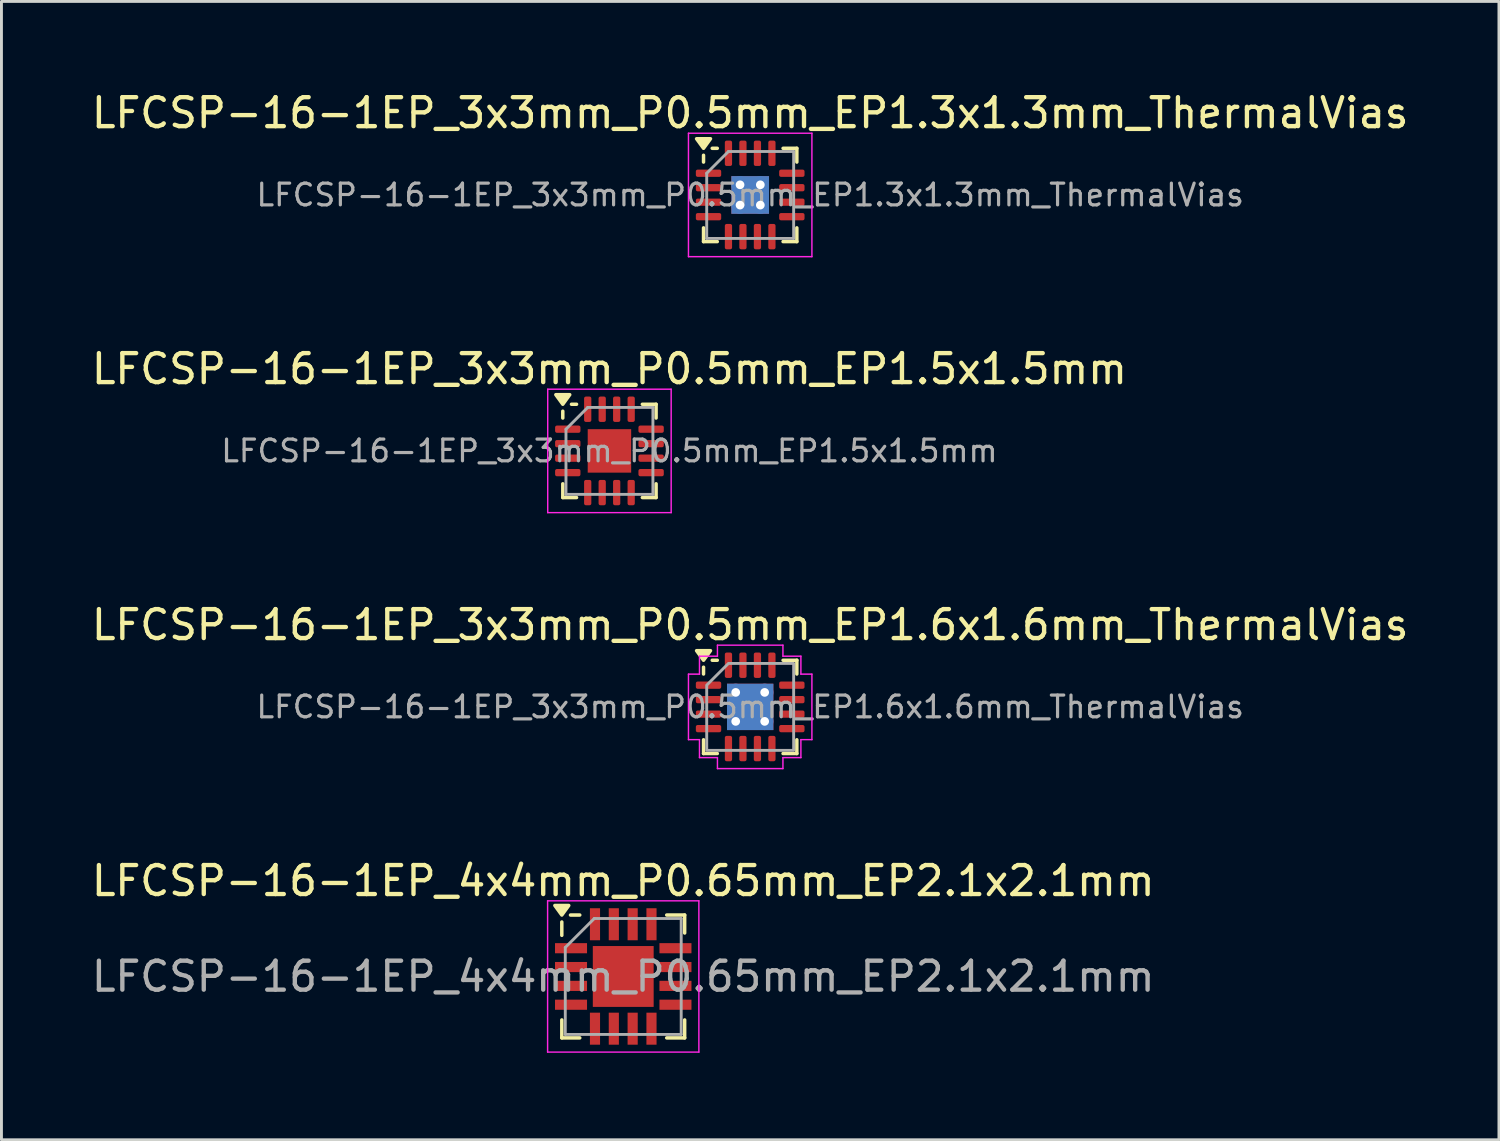
<source format=kicad_pcb>
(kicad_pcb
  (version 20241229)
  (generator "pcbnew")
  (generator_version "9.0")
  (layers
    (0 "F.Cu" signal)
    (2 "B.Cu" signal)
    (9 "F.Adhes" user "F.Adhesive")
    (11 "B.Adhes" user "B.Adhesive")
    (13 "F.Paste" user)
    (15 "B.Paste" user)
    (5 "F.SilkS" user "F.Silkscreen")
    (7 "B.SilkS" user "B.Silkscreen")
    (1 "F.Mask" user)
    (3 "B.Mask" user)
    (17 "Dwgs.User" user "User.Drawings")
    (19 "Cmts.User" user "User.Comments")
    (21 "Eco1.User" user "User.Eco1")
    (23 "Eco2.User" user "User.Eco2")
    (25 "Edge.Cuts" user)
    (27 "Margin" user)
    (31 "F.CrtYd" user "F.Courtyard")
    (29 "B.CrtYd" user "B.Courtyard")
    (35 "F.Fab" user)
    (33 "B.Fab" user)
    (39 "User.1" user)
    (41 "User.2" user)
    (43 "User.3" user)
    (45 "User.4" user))
  (footprint "LFCSP-16-1EP_3x3mm_P0.5mm_EP1.3x1.3mm_ThermalVias"
    (layer "F.Cu")
    (at 22.839 3.678)
    (property "Reference" "LFCSP-16-1EP_3x3mm_P0.5mm_EP1.3x1.3mm_ThermalVias" (at 0 -2.83 0) (layer "F.SilkS") (effects (font (size 1 1) (thickness 0.15))))
    (attr smd)
    (fp_line (start -1.61 -1.135) (end -1.61 -1.37) (stroke (width 0.12) (type solid)) (layer "F.SilkS"))
    (fp_line (start -1.61 1.61) (end -1.61 1.135) (stroke (width 0.12) (type solid)) (layer "F.SilkS"))
    (fp_line (start -1.135 -1.61) (end -1.31 -1.61) (stroke (width 0.12) (type solid)) (layer "F.SilkS"))
    (fp_line (start -1.135 1.61) (end -1.61 1.61) (stroke (width 0.12) (type solid)) (layer "F.SilkS"))
    (fp_line (start 1.135 -1.61) (end 1.61 -1.61) (stroke (width 0.12) (type solid)) (layer "F.SilkS"))
    (fp_line (start 1.135 1.61) (end 1.61 1.61) (stroke (width 0.12) (type solid)) (layer "F.SilkS"))
    (fp_line (start 1.61 -1.61) (end 1.61 -1.135) (stroke (width 0.12) (type solid)) (layer "F.SilkS"))
    (fp_line (start 1.61 1.61) (end 1.61 1.135) (stroke (width 0.12) (type solid)) (layer "F.SilkS"))
    (fp_poly (pts (xy -1.61 -1.61) (xy -1.85 -1.94) (xy -1.37 -1.94) (xy -1.61 -1.61)) (stroke (width 0.12) (type solid)) (fill yes) (layer "F.SilkS"))
    (fp_line (start -2.13 -2.13) (end -2.13 2.13) (stroke (width 0.05) (type solid)) (layer "F.CrtYd"))
    (fp_line (start -2.13 2.13) (end 2.13 2.13) (stroke (width 0.05) (type solid)) (layer "F.CrtYd"))
    (fp_line (start 2.13 -2.13) (end -2.13 -2.13) (stroke (width 0.05) (type solid)) (layer "F.CrtYd"))
    (fp_line (start 2.13 2.13) (end 2.13 -2.13) (stroke (width 0.05) (type solid)) (layer "F.CrtYd"))
    (fp_line (start -1.5 -0.75) (end -0.75 -1.5) (stroke (width 0.1) (type solid)) (layer "F.Fab"))
    (fp_line (start -1.5 1.5) (end -1.5 -0.75) (stroke (width 0.1) (type solid)) (layer "F.Fab"))
    (fp_line (start -0.75 -1.5) (end 1.5 -1.5) (stroke (width 0.1) (type solid)) (layer "F.Fab"))
    (fp_line (start 1.5 -1.5) (end 1.5 1.5) (stroke (width 0.1) (type solid)) (layer "F.Fab"))
    (fp_line (start 1.5 1.5) (end -1.5 1.5) (stroke (width 0.1) (type solid)) (layer "F.Fab"))
    (fp_text user "${REFERENCE}" (at 0 0 0) (layer "F.Fab") (effects (font (size 0.75 0.75) (thickness 0.11))))
    (pad "" smd roundrect (at -0.325 -0.325) (size 0.52 0.52) (layers "F.Paste") (roundrect_rratio 0.25))
    (pad "" smd roundrect (at -0.325 0.325) (size 0.52 0.52) (layers "F.Paste") (roundrect_rratio 0.25))
    (pad "" smd roundrect (at 0.325 -0.325) (size 0.52 0.52) (layers "F.Paste") (roundrect_rratio 0.25))
    (pad "" smd roundrect (at 0.325 0.325) (size 0.52 0.52) (layers "F.Paste") (roundrect_rratio 0.25))
    (pad "1" smd roundrect (at -1.438 -0.75) (size 0.875 0.25) (layers "F.Cu" "F.Mask" "F.Paste") (roundrect_rratio 0.25))
    (pad "2" smd roundrect (at -1.438 -0.25) (size 0.875 0.25) (layers "F.Cu" "F.Mask" "F.Paste") (roundrect_rratio 0.25))
    (pad "3" smd roundrect (at -1.438 0.25) (size 0.875 0.25) (layers "F.Cu" "F.Mask" "F.Paste") (roundrect_rratio 0.25))
    (pad "4" smd roundrect (at -1.438 0.75) (size 0.875 0.25) (layers "F.Cu" "F.Mask" "F.Paste") (roundrect_rratio 0.25))
    (pad "5" smd roundrect (at -0.75 1.438) (size 0.25 0.875) (layers "F.Cu" "F.Mask" "F.Paste") (roundrect_rratio 0.25))
    (pad "6" smd roundrect (at -0.25 1.438) (size 0.25 0.875) (layers "F.Cu" "F.Mask" "F.Paste") (roundrect_rratio 0.25))
    (pad "7" smd roundrect (at 0.25 1.438) (size 0.25 0.875) (layers "F.Cu" "F.Mask" "F.Paste") (roundrect_rratio 0.25))
    (pad "8" smd roundrect (at 0.75 1.438) (size 0.25 0.875) (layers "F.Cu" "F.Mask" "F.Paste") (roundrect_rratio 0.25))
    (pad "9" smd roundrect (at 1.438 0.75) (size 0.875 0.25) (layers "F.Cu" "F.Mask" "F.Paste") (roundrect_rratio 0.25))
    (pad "10" smd roundrect (at 1.438 0.25) (size 0.875 0.25) (layers "F.Cu" "F.Mask" "F.Paste") (roundrect_rratio 0.25))
    (pad "11" smd roundrect (at 1.438 -0.25) (size 0.875 0.25) (layers "F.Cu" "F.Mask" "F.Paste") (roundrect_rratio 0.25))
    (pad "12" smd roundrect (at 1.438 -0.75) (size 0.875 0.25) (layers "F.Cu" "F.Mask" "F.Paste") (roundrect_rratio 0.25))
    (pad "13" smd roundrect (at 0.75 -1.438) (size 0.25 0.875) (layers "F.Cu" "F.Mask" "F.Paste") (roundrect_rratio 0.25))
    (pad "14" smd roundrect (at 0.25 -1.438) (size 0.25 0.875) (layers "F.Cu" "F.Mask" "F.Paste") (roundrect_rratio 0.25))
    (pad "15" smd roundrect (at -0.25 -1.438) (size 0.25 0.875) (layers "F.Cu" "F.Mask" "F.Paste") (roundrect_rratio 0.25))
    (pad "16" smd roundrect (at -0.75 -1.438) (size 0.25 0.875) (layers "F.Cu" "F.Mask" "F.Paste") (roundrect_rratio 0.25))
    (pad "17" thru_hole circle (at -0.35 -0.35) (size 0.6 0.6) (drill 0.3) (property pad_prop_heatsink) (layers "*.Cu"))
    (pad "17" thru_hole circle (at -0.35 0.35) (size 0.6 0.6) (drill 0.3) (property pad_prop_heatsink) (layers "*.Cu"))
    (pad "17" smd rect (at 0 0) (size 1.3 1.3) (property pad_prop_heatsink) (layers "F.Cu" "F.Mask"))
    (pad "17" smd rect (at 0 0) (size 1.3 1.3) (property pad_prop_heatsink) (layers "B.Cu"))
    (pad "17" thru_hole circle (at 0.35 -0.35) (size 0.6 0.6) (drill 0.3) (property pad_prop_heatsink) (layers "*.Cu"))
    (pad "17" thru_hole circle (at 0.35 0.35) (size 0.6 0.6) (drill 0.3) (property pad_prop_heatsink) (layers "*.Cu")))
  (footprint "LFCSP-16-1EP_3x3mm_P0.5mm_EP1.5x1.5mm"
    (layer "F.Cu")
    (at 17.982 12.511)
    (property "Reference" "LFCSP-16-1EP_3x3mm_P0.5mm_EP1.5x1.5mm" (at 0 -2.83 0) (layer "F.SilkS") (effects (font (size 1 1) (thickness 0.15))))
    (attr smd)
    (fp_line (start -1.61 -1.135) (end -1.61 -1.37) (stroke (width 0.12) (type solid)) (layer "F.SilkS"))
    (fp_line (start -1.61 1.61) (end -1.61 1.135) (stroke (width 0.12) (type solid)) (layer "F.SilkS"))
    (fp_line (start -1.135 -1.61) (end -1.31 -1.61) (stroke (width 0.12) (type solid)) (layer "F.SilkS"))
    (fp_line (start -1.135 1.61) (end -1.61 1.61) (stroke (width 0.12) (type solid)) (layer "F.SilkS"))
    (fp_line (start 1.135 -1.61) (end 1.61 -1.61) (stroke (width 0.12) (type solid)) (layer "F.SilkS"))
    (fp_line (start 1.135 1.61) (end 1.61 1.61) (stroke (width 0.12) (type solid)) (layer "F.SilkS"))
    (fp_line (start 1.61 -1.61) (end 1.61 -1.135) (stroke (width 0.12) (type solid)) (layer "F.SilkS"))
    (fp_line (start 1.61 1.61) (end 1.61 1.135) (stroke (width 0.12) (type solid)) (layer "F.SilkS"))
    (fp_poly (pts (xy -1.61 -1.61) (xy -1.85 -1.94) (xy -1.37 -1.94) (xy -1.61 -1.61)) (stroke (width 0.12) (type solid)) (fill yes) (layer "F.SilkS"))
    (fp_line (start -2.13 -2.13) (end -2.13 2.13) (stroke (width 0.05) (type solid)) (layer "F.CrtYd"))
    (fp_line (start -2.13 2.13) (end 2.13 2.13) (stroke (width 0.05) (type solid)) (layer "F.CrtYd"))
    (fp_line (start 2.13 -2.13) (end -2.13 -2.13) (stroke (width 0.05) (type solid)) (layer "F.CrtYd"))
    (fp_line (start 2.13 2.13) (end 2.13 -2.13) (stroke (width 0.05) (type solid)) (layer "F.CrtYd"))
    (fp_line (start -1.5 -0.75) (end -0.75 -1.5) (stroke (width 0.1) (type solid)) (layer "F.Fab"))
    (fp_line (start -1.5 1.5) (end -1.5 -0.75) (stroke (width 0.1) (type solid)) (layer "F.Fab"))
    (fp_line (start -0.75 -1.5) (end 1.5 -1.5) (stroke (width 0.1) (type solid)) (layer "F.Fab"))
    (fp_line (start 1.5 -1.5) (end 1.5 1.5) (stroke (width 0.1) (type solid)) (layer "F.Fab"))
    (fp_line (start 1.5 1.5) (end -1.5 1.5) (stroke (width 0.1) (type solid)) (layer "F.Fab"))
    (fp_text user "${REFERENCE}" (at 0 0 0) (layer "F.Fab") (effects (font (size 0.75 0.75) (thickness 0.11))))
    (pad "" smd roundrect (at -0.375 -0.375) (size 0.6 0.6) (layers "F.Paste") (roundrect_rratio 0.25))
    (pad "" smd roundrect (at -0.375 0.375) (size 0.6 0.6) (layers "F.Paste") (roundrect_rratio 0.25))
    (pad "" smd roundrect (at 0.375 -0.375) (size 0.6 0.6) (layers "F.Paste") (roundrect_rratio 0.25))
    (pad "" smd roundrect (at 0.375 0.375) (size 0.6 0.6) (layers "F.Paste") (roundrect_rratio 0.25))
    (pad "1" smd roundrect (at -1.438 -0.75) (size 0.875 0.25) (layers "F.Cu" "F.Mask" "F.Paste") (roundrect_rratio 0.25))
    (pad "2" smd roundrect (at -1.438 -0.25) (size 0.875 0.25) (layers "F.Cu" "F.Mask" "F.Paste") (roundrect_rratio 0.25))
    (pad "3" smd roundrect (at -1.438 0.25) (size 0.875 0.25) (layers "F.Cu" "F.Mask" "F.Paste") (roundrect_rratio 0.25))
    (pad "4" smd roundrect (at -1.438 0.75) (size 0.875 0.25) (layers "F.Cu" "F.Mask" "F.Paste") (roundrect_rratio 0.25))
    (pad "5" smd roundrect (at -0.75 1.438) (size 0.25 0.875) (layers "F.Cu" "F.Mask" "F.Paste") (roundrect_rratio 0.25))
    (pad "6" smd roundrect (at -0.25 1.438) (size 0.25 0.875) (layers "F.Cu" "F.Mask" "F.Paste") (roundrect_rratio 0.25))
    (pad "7" smd roundrect (at 0.25 1.438) (size 0.25 0.875) (layers "F.Cu" "F.Mask" "F.Paste") (roundrect_rratio 0.25))
    (pad "8" smd roundrect (at 0.75 1.438) (size 0.25 0.875) (layers "F.Cu" "F.Mask" "F.Paste") (roundrect_rratio 0.25))
    (pad "9" smd roundrect (at 1.438 0.75) (size 0.875 0.25) (layers "F.Cu" "F.Mask" "F.Paste") (roundrect_rratio 0.25))
    (pad "10" smd roundrect (at 1.438 0.25) (size 0.875 0.25) (layers "F.Cu" "F.Mask" "F.Paste") (roundrect_rratio 0.25))
    (pad "11" smd roundrect (at 1.438 -0.25) (size 0.875 0.25) (layers "F.Cu" "F.Mask" "F.Paste") (roundrect_rratio 0.25))
    (pad "12" smd roundrect (at 1.438 -0.75) (size 0.875 0.25) (layers "F.Cu" "F.Mask" "F.Paste") (roundrect_rratio 0.25))
    (pad "13" smd roundrect (at 0.75 -1.438) (size 0.25 0.875) (layers "F.Cu" "F.Mask" "F.Paste") (roundrect_rratio 0.25))
    (pad "14" smd roundrect (at 0.25 -1.438) (size 0.25 0.875) (layers "F.Cu" "F.Mask" "F.Paste") (roundrect_rratio 0.25))
    (pad "15" smd roundrect (at -0.25 -1.438) (size 0.25 0.875) (layers "F.Cu" "F.Mask" "F.Paste") (roundrect_rratio 0.25))
    (pad "16" smd roundrect (at -0.75 -1.438) (size 0.25 0.875) (layers "F.Cu" "F.Mask" "F.Paste") (roundrect_rratio 0.25))
    (pad "17" smd rect (at 0 0) (size 1.5 1.5) (property pad_prop_heatsink) (layers "F.Cu" "F.Mask")))
  (footprint "LFCSP-16-1EP_4x4mm_P0.65mm_EP2.1x2.1mm"
    (layer "F.Cu")
    (at 18.458 30.648)
    (property "Reference" "LFCSP-16-1EP_4x4mm_P0.65mm_EP2.1x2.1mm" (at 0 -3.3 0) (layer "F.SilkS") (effects (font (size 1 1) (thickness 0.15))))
    (attr smd)
    (fp_line (start -2.12 -1.42) (end -2.12 -1.88) (stroke (width 0.12) (type solid)) (layer "F.SilkS"))
    (fp_line (start -2.12 2.12) (end -2.12 1.5) (stroke (width 0.12) (type solid)) (layer "F.SilkS"))
    (fp_line (start -1.5 -2.12) (end -1.82 -2.12) (stroke (width 0.12) (type solid)) (layer "F.SilkS"))
    (fp_line (start -1.5 2.12) (end -2.12 2.12) (stroke (width 0.12) (type solid)) (layer "F.SilkS"))
    (fp_line (start 1.5 -2.12) (end 2.12 -2.12) (stroke (width 0.12) (type solid)) (layer "F.SilkS"))
    (fp_line (start 1.5 2.12) (end 2.12 2.12) (stroke (width 0.12) (type solid)) (layer "F.SilkS"))
    (fp_line (start 2.12 -2.12) (end 2.12 -1.5) (stroke (width 0.12) (type solid)) (layer "F.SilkS"))
    (fp_line (start 2.12 2.12) (end 2.12 1.5) (stroke (width 0.12) (type solid)) (layer "F.SilkS"))
    (fp_poly (pts (xy -2.12 -2.12) (xy -2.36 -2.45) (xy -1.88 -2.45) (xy -2.12 -2.12)) (stroke (width 0.12) (type solid)) (fill yes) (layer "F.SilkS"))
    (fp_line (start -2.61 -2.61) (end 2.61 -2.61) (stroke (width 0.05) (type solid)) (layer "F.CrtYd"))
    (fp_line (start -2.61 2.61) (end -2.61 -2.61) (stroke (width 0.05) (type solid)) (layer "F.CrtYd"))
    (fp_line (start 2.61 -2.61) (end 2.61 2.61) (stroke (width 0.05) (type solid)) (layer "F.CrtYd"))
    (fp_line (start 2.61 2.61) (end -2.61 2.61) (stroke (width 0.05) (type solid)) (layer "F.CrtYd"))
    (fp_line (start -2 2) (end -2 -1) (stroke (width 0.1) (type solid)) (layer "F.Fab"))
    (fp_line (start -1 -2) (end -2 -1) (stroke (width 0.1) (type solid)) (layer "F.Fab"))
    (fp_line (start -1 -2) (end 2 -2) (stroke (width 0.1) (type solid)) (layer "F.Fab"))
    (fp_line (start 2 -2) (end 2 2) (stroke (width 0.1) (type solid)) (layer "F.Fab"))
    (fp_line (start 2 2) (end -2 2) (stroke (width 0.1) (type solid)) (layer "F.Fab"))
    (fp_text user "${REFERENCE}" (at 0 0 0) (layer "F.Fab") (effects (font (size 1 1) (thickness 0.15))))
    (pad "" smd rect (at -0.525 -0.525) (size 0.9 0.9) (layers "F.Paste"))
    (pad "" smd rect (at -0.525 0.525) (size 0.9 0.9) (layers "F.Paste"))
    (pad "" smd rect (at 0.525 -0.525) (size 0.9 0.9) (layers "F.Paste"))
    (pad "" smd rect (at 0.525 0.525) (size 0.9 0.9) (layers "F.Paste"))
    (pad "1" smd rect (at -1.802 -0.975) (size 1.105 0.35) (layers "F.Cu" "F.Mask" "F.Paste"))
    (pad "2" smd rect (at -1.802 -0.325) (size 1.105 0.35) (layers "F.Cu" "F.Mask" "F.Paste"))
    (pad "3" smd rect (at -1.802 0.325) (size 1.105 0.35) (layers "F.Cu" "F.Mask" "F.Paste"))
    (pad "4" smd rect (at -1.802 0.975) (size 1.105 0.35) (layers "F.Cu" "F.Mask" "F.Paste"))
    (pad "5" smd rect (at -0.975 1.802) (size 0.35 1.105) (layers "F.Cu" "F.Mask" "F.Paste"))
    (pad "6" smd rect (at -0.325 1.802) (size 0.35 1.105) (layers "F.Cu" "F.Mask" "F.Paste"))
    (pad "7" smd rect (at 0.325 1.802) (size 0.35 1.105) (layers "F.Cu" "F.Mask" "F.Paste"))
    (pad "8" smd rect (at 0.975 1.802) (size 0.35 1.105) (layers "F.Cu" "F.Mask" "F.Paste"))
    (pad "9" smd rect (at 1.802 0.975) (size 1.105 0.35) (layers "F.Cu" "F.Mask" "F.Paste"))
    (pad "10" smd rect (at 1.802 0.325) (size 1.105 0.35) (layers "F.Cu" "F.Mask" "F.Paste"))
    (pad "11" smd rect (at 1.802 -0.325) (size 1.105 0.35) (layers "F.Cu" "F.Mask" "F.Paste"))
    (pad "12" smd rect (at 1.802 -0.975) (size 1.105 0.35) (layers "F.Cu" "F.Mask" "F.Paste"))
    (pad "13" smd rect (at 0.975 -1.802) (size 0.35 1.105) (layers "F.Cu" "F.Mask" "F.Paste"))
    (pad "14" smd rect (at 0.325 -1.802) (size 0.35 1.105) (layers "F.Cu" "F.Mask" "F.Paste"))
    (pad "15" smd rect (at -0.325 -1.802) (size 0.35 1.105) (layers "F.Cu" "F.Mask" "F.Paste"))
    (pad "16" smd rect (at -0.975 -1.802) (size 0.35 1.105) (layers "F.Cu" "F.Mask" "F.Paste"))
    (pad "17" smd rect (at 0 0) (size 2.1 2.1) (layers "F.Cu" "F.Mask")))
  (footprint "LFCSP-16-1EP_3x3mm_P0.5mm_EP1.6x1.6mm_ThermalVias"
    (layer "F.Cu")
    (at 22.839 21.345)
    (property "Reference" "LFCSP-16-1EP_3x3mm_P0.5mm_EP1.6x1.6mm_ThermalVias" (at 0 -2.83 0) (layer "F.SilkS") (effects (font (size 1 1) (thickness 0.15))))
    (attr smd)
    (fp_line (start -1.61 -1.135) (end -1.61 -1.37) (stroke (width 0.12) (type solid)) (layer "F.SilkS"))
    (fp_line (start -1.61 1.61) (end -1.61 1.135) (stroke (width 0.12) (type solid)) (layer "F.SilkS"))
    (fp_line (start -1.135 -1.61) (end -1.31 -1.61) (stroke (width 0.12) (type solid)) (layer "F.SilkS"))
    (fp_line (start -1.135 1.61) (end -1.61 1.61) (stroke (width 0.12) (type solid)) (layer "F.SilkS"))
    (fp_line (start 1.135 -1.61) (end 1.61 -1.61) (stroke (width 0.12) (type solid)) (layer "F.SilkS"))
    (fp_line (start 1.135 1.61) (end 1.61 1.61) (stroke (width 0.12) (type solid)) (layer "F.SilkS"))
    (fp_line (start 1.61 -1.61) (end 1.61 -1.135) (stroke (width 0.12) (type solid)) (layer "F.SilkS"))
    (fp_line (start 1.61 1.61) (end 1.61 1.135) (stroke (width 0.12) (type solid)) (layer "F.SilkS"))
    (fp_poly (pts (xy -1.61 -1.61) (xy -1.85 -1.94) (xy -1.37 -1.94)) (stroke (width 0.12) (type solid)) (fill yes) (layer "F.SilkS"))
    (fp_line (start -2.13 -1.13) (end -1.75 -1.13) (stroke (width 0.05) (type solid)) (layer "F.CrtYd"))
    (fp_line (start -2.13 1.13) (end -2.13 -1.13) (stroke (width 0.05) (type solid)) (layer "F.CrtYd"))
    (fp_line (start -1.75 -1.75) (end -1.13 -1.75) (stroke (width 0.05) (type solid)) (layer "F.CrtYd"))
    (fp_line (start -1.75 -1.13) (end -1.75 -1.75) (stroke (width 0.05) (type solid)) (layer "F.CrtYd"))
    (fp_line (start -1.75 1.13) (end -2.13 1.13) (stroke (width 0.05) (type solid)) (layer "F.CrtYd"))
    (fp_line (start -1.75 1.75) (end -1.75 1.13) (stroke (width 0.05) (type solid)) (layer "F.CrtYd"))
    (fp_line (start -1.13 -2.13) (end 1.13 -2.13) (stroke (width 0.05) (type solid)) (layer "F.CrtYd"))
    (fp_line (start -1.13 -1.75) (end -1.13 -2.13) (stroke (width 0.05) (type solid)) (layer "F.CrtYd"))
    (fp_line (start -1.13 1.75) (end -1.75 1.75) (stroke (width 0.05) (type solid)) (layer "F.CrtYd"))
    (fp_line (start -1.13 2.13) (end -1.13 1.75) (stroke (width 0.05) (type solid)) (layer "F.CrtYd"))
    (fp_line (start 1.13 -2.13) (end 1.13 -1.75) (stroke (width 0.05) (type solid)) (layer "F.CrtYd"))
    (fp_line (start 1.13 -1.75) (end 1.75 -1.75) (stroke (width 0.05) (type solid)) (layer "F.CrtYd"))
    (fp_line (start 1.13 1.75) (end 1.13 2.13) (stroke (width 0.05) (type solid)) (layer "F.CrtYd"))
    (fp_line (start 1.13 2.13) (end -1.13 2.13) (stroke (width 0.05) (type solid)) (layer "F.CrtYd"))
    (fp_line (start 1.75 -1.75) (end 1.75 -1.13) (stroke (width 0.05) (type solid)) (layer "F.CrtYd"))
    (fp_line (start 1.75 -1.13) (end 2.13 -1.13) (stroke (width 0.05) (type solid)) (layer "F.CrtYd"))
    (fp_line (start 1.75 1.13) (end 1.75 1.75) (stroke (width 0.05) (type solid)) (layer "F.CrtYd"))
    (fp_line (start 1.75 1.75) (end 1.13 1.75) (stroke (width 0.05) (type solid)) (layer "F.CrtYd"))
    (fp_line (start 2.13 -1.13) (end 2.13 1.13) (stroke (width 0.05) (type solid)) (layer "F.CrtYd"))
    (fp_line (start 2.13 1.13) (end 1.75 1.13) (stroke (width 0.05) (type solid)) (layer "F.CrtYd"))
    (fp_poly (pts (xy -1.5 -0.75) (xy -1.5 1.5) (xy 1.5 1.5) (xy 1.5 -1.5) (xy -0.75 -1.5)) (stroke (width 0.1) (type solid)) (fill no) (layer "F.Fab"))
    (fp_text user "${REFERENCE}" (at 0 0 0) (layer "F.Fab") (effects (font (size 0.75 0.75) (thickness 0.11))))
    (pad "" smd roundrect (at -0.4 -0.4) (size 0.69 0.69) (layers "F.Paste") (roundrect_rratio 0.25))
    (pad "" smd roundrect (at -0.4 0.4) (size 0.69 0.69) (layers "F.Paste") (roundrect_rratio 0.25))
    (pad "" smd roundrect (at 0.4 -0.4) (size 0.69 0.69) (layers "F.Paste") (roundrect_rratio 0.25))
    (pad "" smd roundrect (at 0.4 0.4) (size 0.69 0.69) (layers "F.Paste") (roundrect_rratio 0.25))
    (pad "1" smd roundrect (at -1.438 -0.75) (size 0.875 0.25) (layers "F.Cu" "F.Mask" "F.Paste") (roundrect_rratio 0.25))
    (pad "2" smd roundrect (at -1.438 -0.25) (size 0.875 0.25) (layers "F.Cu" "F.Mask" "F.Paste") (roundrect_rratio 0.25))
    (pad "3" smd roundrect (at -1.438 0.25) (size 0.875 0.25) (layers "F.Cu" "F.Mask" "F.Paste") (roundrect_rratio 0.25))
    (pad "4" smd roundrect (at -1.438 0.75) (size 0.875 0.25) (layers "F.Cu" "F.Mask" "F.Paste") (roundrect_rratio 0.25))
    (pad "5" smd roundrect (at -0.75 1.438) (size 0.25 0.875) (layers "F.Cu" "F.Mask" "F.Paste") (roundrect_rratio 0.25))
    (pad "6" smd roundrect (at -0.25 1.438) (size 0.25 0.875) (layers "F.Cu" "F.Mask" "F.Paste") (roundrect_rratio 0.25))
    (pad "7" smd roundrect (at 0.25 1.438) (size 0.25 0.875) (layers "F.Cu" "F.Mask" "F.Paste") (roundrect_rratio 0.25))
    (pad "8" smd roundrect (at 0.75 1.438) (size 0.25 0.875) (layers "F.Cu" "F.Mask" "F.Paste") (roundrect_rratio 0.25))
    (pad "9" smd roundrect (at 1.438 0.75) (size 0.875 0.25) (layers "F.Cu" "F.Mask" "F.Paste") (roundrect_rratio 0.25))
    (pad "10" smd roundrect (at 1.438 0.25) (size 0.875 0.25) (layers "F.Cu" "F.Mask" "F.Paste") (roundrect_rratio 0.25))
    (pad "11" smd roundrect (at 1.438 -0.25) (size 0.875 0.25) (layers "F.Cu" "F.Mask" "F.Paste") (roundrect_rratio 0.25))
    (pad "12" smd roundrect (at 1.438 -0.75) (size 0.875 0.25) (layers "F.Cu" "F.Mask" "F.Paste") (roundrect_rratio 0.25))
    (pad "13" smd roundrect (at 0.75 -1.438) (size 0.25 0.875) (layers "F.Cu" "F.Mask" "F.Paste") (roundrect_rratio 0.25))
    (pad "14" smd roundrect (at 0.25 -1.438) (size 0.25 0.875) (layers "F.Cu" "F.Mask" "F.Paste") (roundrect_rratio 0.25))
    (pad "15" smd roundrect (at -0.25 -1.438) (size 0.25 0.875) (layers "F.Cu" "F.Mask" "F.Paste") (roundrect_rratio 0.25))
    (pad "16" smd roundrect (at -0.75 -1.438) (size 0.25 0.875) (layers "F.Cu" "F.Mask" "F.Paste") (roundrect_rratio 0.25))
    (pad "17" thru_hole circle (at -0.5 -0.5) (size 0.6 0.6) (drill 0.3) (property pad_prop_heatsink) (layers "*.Cu"))
    (pad "17" thru_hole circle (at -0.5 0.5) (size 0.6 0.6) (drill 0.3) (property pad_prop_heatsink) (layers "*.Cu"))
    (pad "17" smd rect (at 0 0) (size 1.6 1.6) (property pad_prop_heatsink) (layers "F.Cu" "F.Mask"))
    (pad "17" smd rect (at 0 0) (size 1.6 1.6) (property pad_prop_heatsink) (layers "B.Cu"))
    (pad "17" thru_hole circle (at 0.5 -0.5) (size 0.6 0.6) (drill 0.3) (property pad_prop_heatsink) (layers "*.Cu"))
    (pad "17" thru_hole circle (at 0.5 0.5) (size 0.6 0.6) (drill 0.3) (property pad_prop_heatsink) (layers "*.Cu")))
  (gr_rect
    (start -3 -3)
    (end 48.679 36.283)
    (stroke (width 0.1) (type default))
    (fill no)
    (layer "Edge.Cuts")))
</source>
